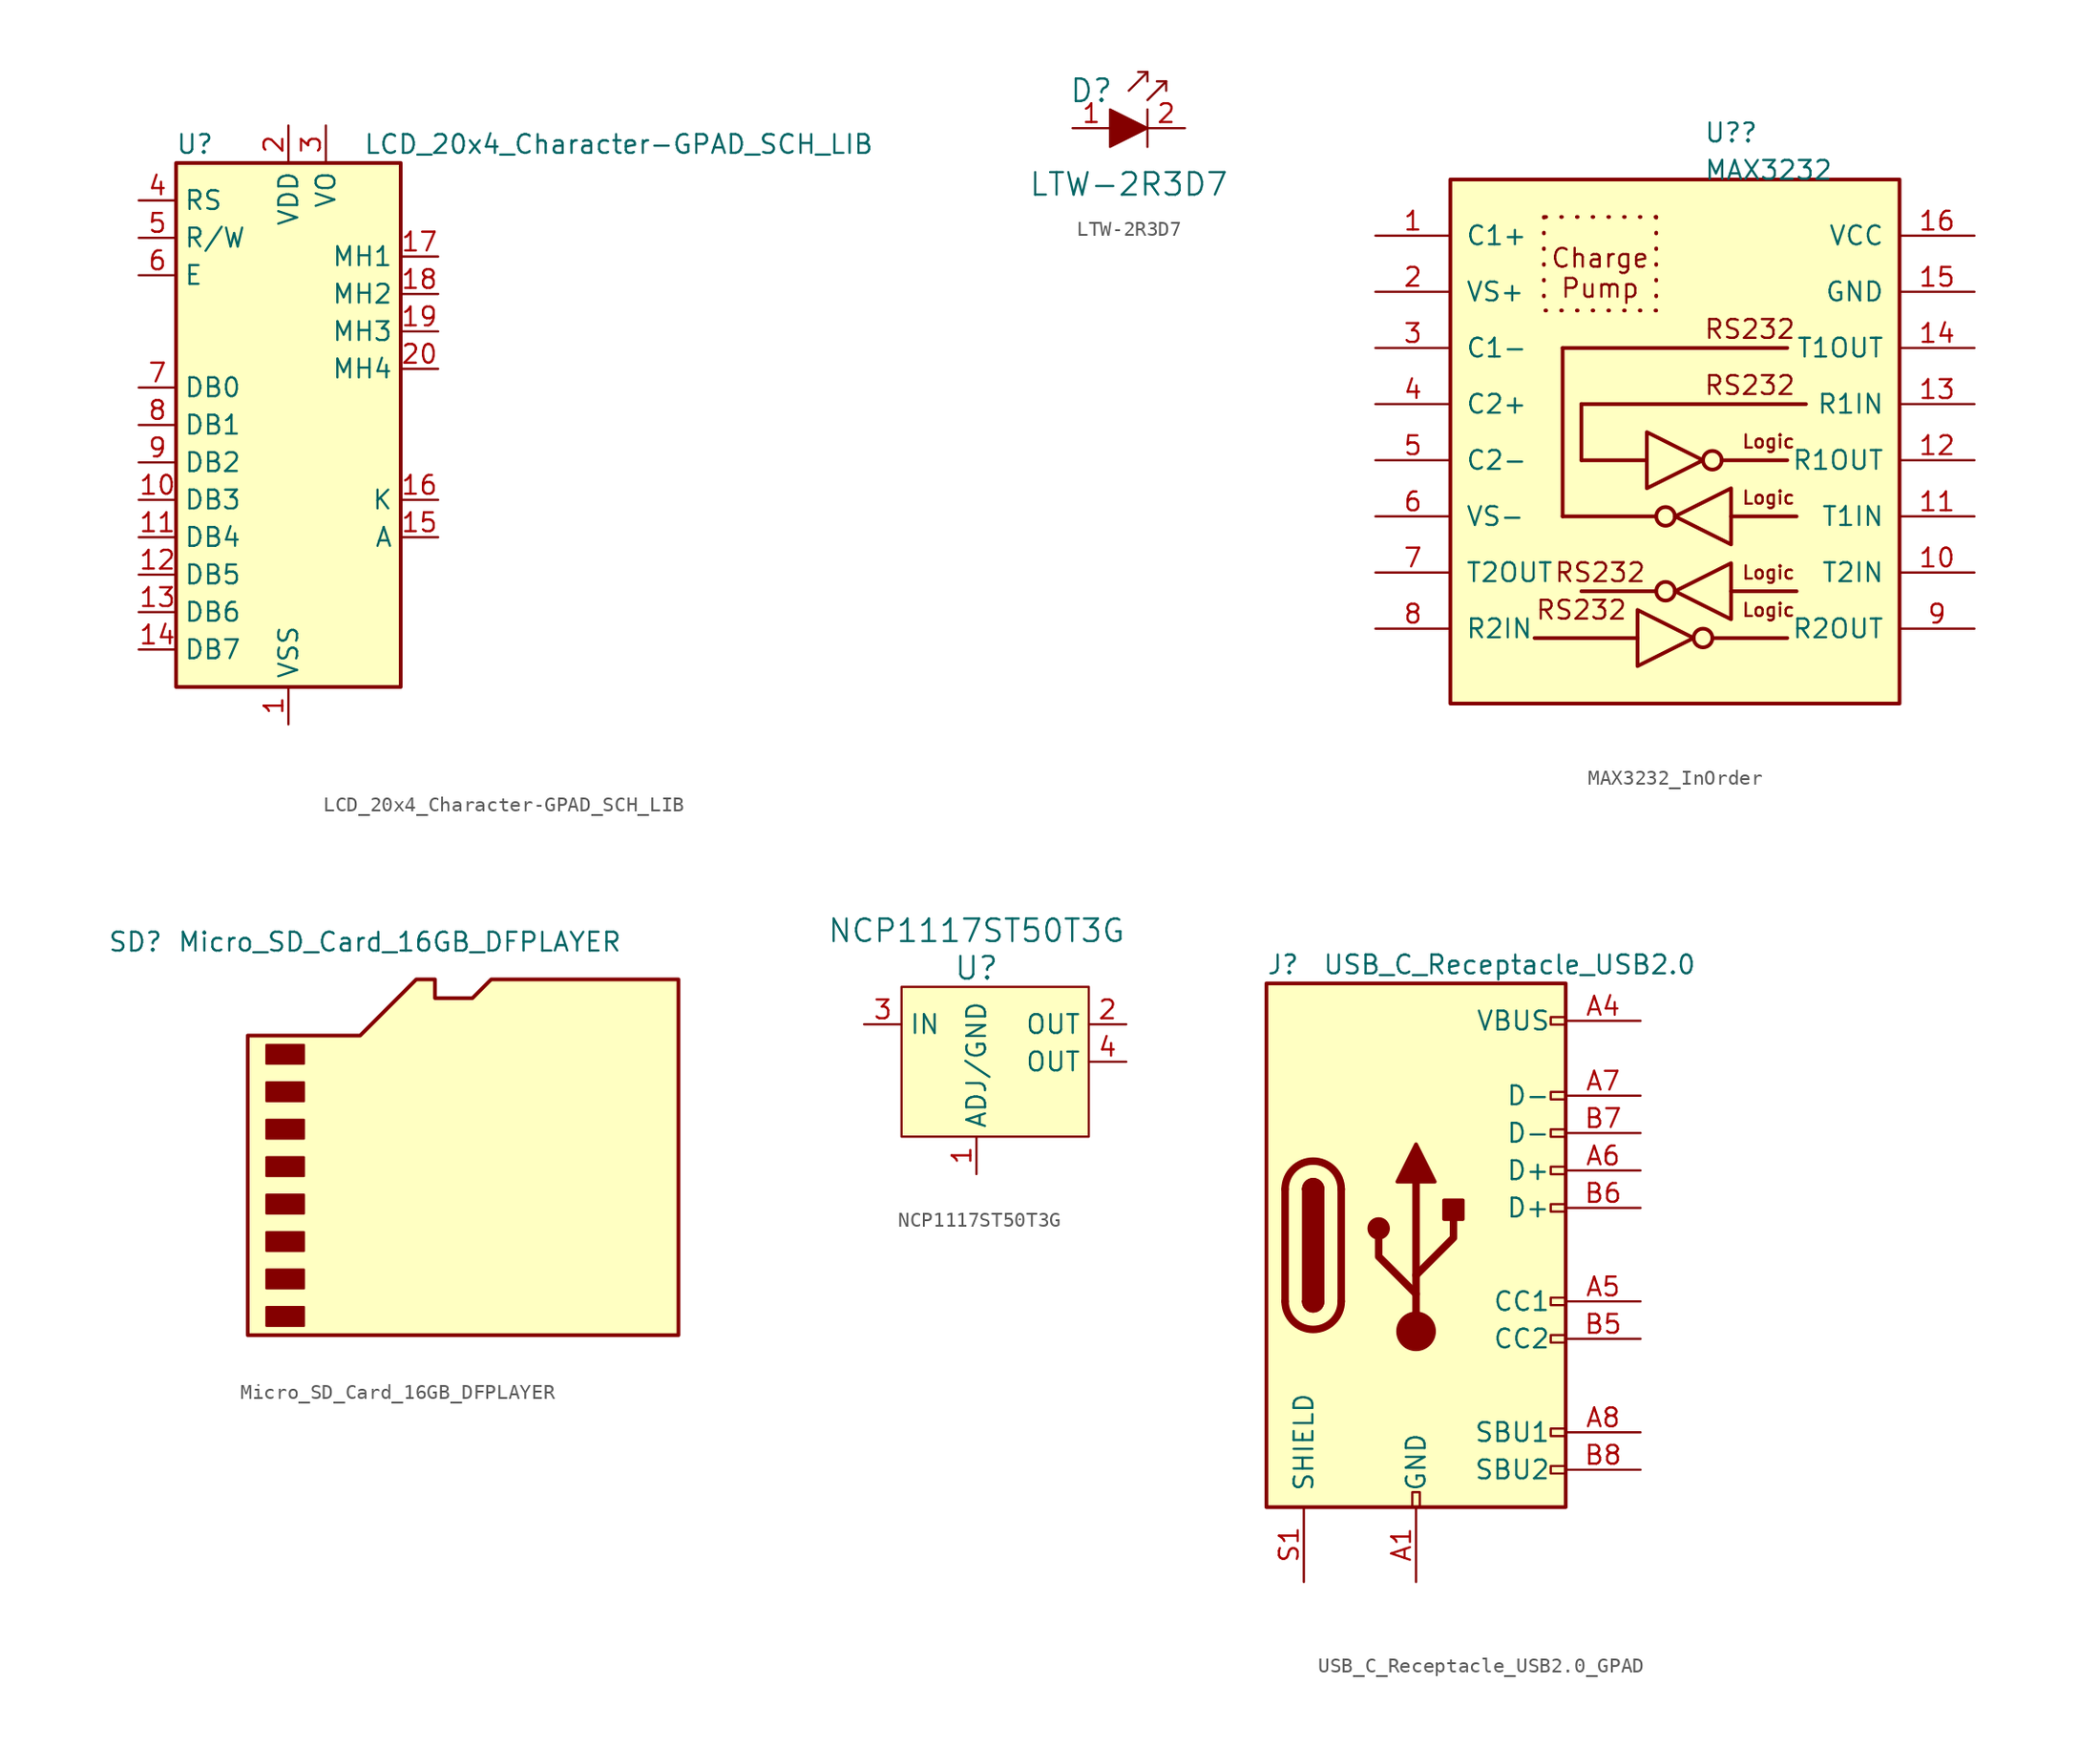
<source format=kicad_sym>
(kicad_symbol_lib
  (version 20220914)
  (generator kicad_symbol_editor)
  (symbol "LCD_20x4_Character-GPAD_SCH_LIB"
    (property "Reference" "U"
      (at -6.35 19.05 0)
      (effects (font (size 1.27 1.27))))
    (property "Value" "LCD_20x4_Character-GPAD_SCH_LIB"
      (at 5.08 19.05 0)
      (effects (font (size 1.27 1.27)) (justify left)))
    (symbol "LCD_20x4_Character-GPAD_SCH_LIB_0_1"
      (rectangle (start -7.62 17.78) (end 7.62 -17.78) (stroke (width 0.254) (type default)) (fill (type background))))
    (symbol "LCD_20x4_Character-GPAD_SCH_LIB_1_1"
      (pin power_in line (at 0 -20.32 90) (length 2.54) (name "VSS" (effects (font (size 1.27 1.27)))) (number "1" (effects (font (size 1.27 1.27)))))
      (pin input line (at -10.16 -5.08 0) (length 2.54) (name "DB3" (effects (font (size 1.27 1.27)))) (number "10" (effects (font (size 1.27 1.27)))))
      (pin bidirectional line (at -10.16 -7.62 0) (length 2.54) (name "DB4" (effects (font (size 1.27 1.27)))) (number "11" (effects (font (size 1.27 1.27)))))
      (pin bidirectional line (at -10.16 -10.16 0) (length 2.54) (name "DB5" (effects (font (size 1.27 1.27)))) (number "12" (effects (font (size 1.27 1.27)))))
      (pin bidirectional line (at -10.16 -12.7 0) (length 2.54) (name "DB6" (effects (font (size 1.27 1.27)))) (number "13" (effects (font (size 1.27 1.27)))))
      (pin bidirectional line (at -10.16 -15.24 0) (length 2.54) (name "DB7" (effects (font (size 1.27 1.27)))) (number "14" (effects (font (size 1.27 1.27)))))
      (pin passive line (at 10.16 -7.62 180) (length 2.54) (name "A" (effects (font (size 1.27 1.27)))) (number "15" (effects (font (size 1.27 1.27)))))
      (pin passive line (at 10.16 -5.08 180) (length 2.54) (name "K" (effects (font (size 1.27 1.27)))) (number "16" (effects (font (size 1.27 1.27)))))
      (pin power_in line (at 10.16 11.43 180) (length 2.54) (name "MH1" (effects (font (size 1.27 1.27)))) (number "17" (effects (font (size 1.27 1.27)))))
      (pin power_in line (at 10.16 8.89 180) (length 2.54) (name "MH2" (effects (font (size 1.27 1.27)))) (number "18" (effects (font (size 1.27 1.27)))))
      (pin power_in line (at 10.16 6.35 180) (length 2.54) (name "MH3" (effects (font (size 1.27 1.27)))) (number "19" (effects (font (size 1.27 1.27)))))
      (pin power_in line (at 0 20.32 270) (length 2.54) (name "VDD" (effects (font (size 1.27 1.27)))) (number "2" (effects (font (size 1.27 1.27)))))
      (pin power_in line (at 10.16 3.81 180) (length 2.54) (name "MH4" (effects (font (size 1.27 1.27)))) (number "20" (effects (font (size 1.27 1.27)))))
      (pin power_in line (at 2.54 20.32 270) (length 2.54) (name "VO" (effects (font (size 1.27 1.27)))) (number "3" (effects (font (size 1.27 1.27)))))
      (pin input line (at -10.16 15.24 0) (length 2.54) (name "RS" (effects (font (size 1.27 1.27)))) (number "4" (effects (font (size 1.27 1.27)))))
      (pin input line (at -10.16 12.7 0) (length 2.54) (name "R/W" (effects (font (size 1.27 1.27)))) (number "5" (effects (font (size 1.27 1.27)))))
      (pin input line (at -10.16 10.16 0) (length 2.54) (name "E" (effects (font (size 1.27 1.27)))) (number "6" (effects (font (size 1.27 1.27)))))
      (pin input line (at -10.16 2.54 0) (length 2.54) (name "DB0" (effects (font (size 1.27 1.27)))) (number "7" (effects (font (size 1.27 1.27)))))
      (pin input line (at -10.16 0 0) (length 2.54) (name "DB1" (effects (font (size 1.27 1.27)))) (number "8" (effects (font (size 1.27 1.27)))))
      (pin input line (at -10.16 -2.54 0) (length 2.54) (name "DB2" (effects (font (size 1.27 1.27)))) (number "9" (effects (font (size 1.27 1.27)))))))
  (symbol "LTW-2R3D7"
    (pin_names
      (offset 0))
    (property "Reference" "D"
      (at -3.81 2.54 0)
      (effects (font (size 1.524 1.524))))
    (property "Value" "LTW-2R3D7"
      (at -1.27 -3.81 0)
      (effects (font (size 1.524 1.524))))
    (symbol "LTW-2R3D7_0_1"
      (polyline (pts (xy 0 1.27) (xy 0 -1.27)) (stroke (width 0) (type default)) (fill (type none)))
      (polyline (pts (xy 0 3.81) (xy -1.27 2.54)) (stroke (width 0) (type default)) (fill (type none)))
      (polyline (pts (xy 1.27 3.175) (xy 0 1.905)) (stroke (width 0) (type default)) (fill (type none)))
      (polyline (pts (xy -0.635 3.81) (xy 0 3.81) (xy 0 3.175)) (stroke (width 0) (type default)) (fill (type none)))
      (polyline (pts (xy 0.635 3.175) (xy 1.27 3.175) (xy 1.27 2.54)) (stroke (width 0) (type default)) (fill (type none)))
      (polyline (pts (xy -2.54 1.27) (xy -2.54 -1.27) (xy 0 0) (xy -2.54 1.27)) (stroke (width 0) (type default)) (fill (type outline))))
    (symbol "LTW-2R3D7_1_1"
      (pin passive line (at -5.08 0 0) (length 2.54) (name "~" (effects (font (size 1.27 1.27)))) (number "1" (effects (font (size 1.27 1.27)))))
      (pin passive line (at 2.54 0 180) (length 2.54) (name "~" (effects (font (size 1.27 1.27)))) (number "2" (effects (font (size 1.27 1.27)))))))
  (symbol "MAX3232_InOrder"
    (pin_names
      (offset 1.016))
    (property "Reference" "U?"
      (at 1.956 29.845 0)
      (effects (font (size 1.27 1.27)) (justify left)))
    (property "Value" "MAX3232"
      (at 1.956 27.305 0)
      (effects (font (size 1.27 1.27)) (justify left)))
    (symbol "MAX3232_InOrder_0_0"
      (text "RS232" (at -6.35 -2.54 0) (effects (font (size 1.27 1.27))))
      (text "RS232" (at -5.08 0 0) (effects (font (size 1.27 1.27))))
      (text "RS232" (at 5.08 12.7 0) (effects (font (size 1.27 1.27))))
      (text "RS232" (at 5.08 16.51 0) (effects (font (size 1.27 1.27)))))
    (symbol "MAX3232_InOrder_0_1"
      (rectangle (start -15.24 26.67) (end 15.24 -8.89) (stroke (width 0.254) (type default)) (fill (type background)))
      (circle (center -0.635 -1.27) (radius 0.635) (stroke (width 0.254) (type default)) (fill (type none)))
      (circle (center -0.635 3.81) (radius 0.635) (stroke (width 0.254) (type default)) (fill (type none)))
      (polyline (pts (xy -7.62 15.24) (xy -7.62 3.81)) (stroke (width 0.254) (type default)) (fill (type none)))
      (polyline (pts (xy -6.35 11.43) (xy -6.35 7.62)) (stroke (width 0.254) (type default)) (fill (type none)))
      (polyline (pts (xy -2.54 -4.445) (xy -9.525 -4.445)) (stroke (width 0.254) (type default)) (fill (type none)))
      (polyline (pts (xy -1.905 7.62) (xy -6.35 7.62)) (stroke (width 0.254) (type default)) (fill (type none)))
      (polyline (pts (xy -1.27 -1.27) (xy -6.35 -1.27)) (stroke (width 0.254) (type default)) (fill (type none)))
      (polyline (pts (xy -1.27 3.81) (xy -7.62 3.81)) (stroke (width 0.254) (type default)) (fill (type none)))
      (polyline (pts (xy 2.54 -4.445) (xy 7.62 -4.445)) (stroke (width 0.254) (type default)) (fill (type none)))
      (polyline (pts (xy 3.175 7.62) (xy 7.62 7.62)) (stroke (width 0.254) (type default)) (fill (type none)))
      (polyline (pts (xy 3.81 -1.27) (xy 8.255 -1.27)) (stroke (width 0.254) (type default)) (fill (type none)))
      (polyline (pts (xy 3.81 3.81) (xy 8.255 3.81)) (stroke (width 0.254) (type default)) (fill (type none)))
      (polyline (pts (xy 7.62 15.24) (xy -7.62 15.24)) (stroke (width 0.254) (type default)) (fill (type none)))
      (polyline (pts (xy 8.89 11.43) (xy -6.35 11.43)) (stroke (width 0.254) (type default)) (fill (type none)))
      (polyline (pts (xy -2.54 -6.35) (xy -2.54 -2.54) (xy 1.27 -4.445) (xy -2.54 -6.35)) (stroke (width 0.254) (type default)) (fill (type none)))
      (polyline (pts (xy -1.905 5.715) (xy -1.905 9.525) (xy 1.905 7.62) (xy -1.905 5.715)) (stroke (width 0.254) (type default)) (fill (type none)))
      (polyline (pts (xy 3.81 -3.175) (xy 3.81 0.635) (xy 0 -1.27) (xy 3.81 -3.175)) (stroke (width 0.254) (type default)) (fill (type none)))
      (polyline (pts (xy 3.81 1.905) (xy 3.81 5.715) (xy 0 3.81) (xy 3.81 1.905)) (stroke (width 0.254) (type default)) (fill (type none)))
      (circle (center 1.905 -4.445) (radius 0.635) (stroke (width 0.254) (type default)) (fill (type none)))
      (circle (center 2.54 7.62) (radius 0.635) (stroke (width 0.254) (type default)) (fill (type none))))
    (symbol "MAX3232_InOrder_1_0"
      (text "Charge\nPump" (at -5.08 20.32 0) (effects (font (size 1.27 1.27))))
      (text "Logic" (at 6.35 -2.54 0) (effects (font (size 0.889 0.889))))
      (text "Logic" (at 6.35 0 0) (effects (font (size 0.889 0.889))))
      (text "Logic" (at 6.35 5.08 0) (effects (font (size 0.889 0.889))))
      (text "Logic" (at 6.35 8.89 0) (effects (font (size 0.889 0.889)))))
    (symbol "MAX3232_InOrder_1_1"
      (polyline (pts (xy -8.89 24.13) (xy -8.89 17.78)) (stroke (width 0.254) (type dot)) (fill (type none)))
      (polyline (pts (xy -1.27 17.78) (xy -8.89 17.78)) (stroke (width 0.254) (type dot)) (fill (type none)))
      (polyline (pts (xy -1.27 24.13) (xy -8.89 24.13)) (stroke (width 0.254) (type dot)) (fill (type none)))
      (polyline (pts (xy -1.27 24.13) (xy -1.27 17.78)) (stroke (width 0.254) (type dot)) (fill (type none)))
      (pin passive line (at -20.32 22.86 0) (length 5.08) (name "C1+" (effects (font (size 1.27 1.27)))) (number "1" (effects (font (size 1.27 1.27)))))
      (pin input line (at 20.32 0 180) (length 5.08) (name "T2IN" (effects (font (size 1.27 1.27)))) (number "10" (effects (font (size 1.27 1.27)))))
      (pin input line (at 20.32 3.81 180) (length 5.08) (name "T1IN" (effects (font (size 1.27 1.27)))) (number "11" (effects (font (size 1.27 1.27)))))
      (pin output line (at 20.32 7.62 180) (length 5.08) (name "R1OUT" (effects (font (size 1.27 1.27)))) (number "12" (effects (font (size 1.27 1.27)))))
      (pin input line (at 20.32 11.43 180) (length 5.08) (name "R1IN" (effects (font (size 1.27 1.27)))) (number "13" (effects (font (size 1.27 1.27)))))
      (pin output line (at 20.32 15.24 180) (length 5.08) (name "T1OUT" (effects (font (size 1.27 1.27)))) (number "14" (effects (font (size 1.27 1.27)))))
      (pin power_in line (at 20.32 19.05 180) (length 5.08) (name "GND" (effects (font (size 1.27 1.27)))) (number "15" (effects (font (size 1.27 1.27)))))
      (pin power_in line (at 20.32 22.86 180) (length 5.08) (name "VCC" (effects (font (size 1.27 1.27)))) (number "16" (effects (font (size 1.27 1.27)))))
      (pin power_out line (at -20.32 19.05 0) (length 5.08) (name "VS+" (effects (font (size 1.27 1.27)))) (number "2" (effects (font (size 1.27 1.27)))))
      (pin passive line (at -20.32 15.24 0) (length 5.08) (name "C1-" (effects (font (size 1.27 1.27)))) (number "3" (effects (font (size 1.27 1.27)))))
      (pin passive line (at -20.32 11.43 0) (length 5.08) (name "C2+" (effects (font (size 1.27 1.27)))) (number "4" (effects (font (size 1.27 1.27)))))
      (pin passive line (at -20.32 7.62 0) (length 5.08) (name "C2-" (effects (font (size 1.27 1.27)))) (number "5" (effects (font (size 1.27 1.27)))))
      (pin power_out line (at -20.32 3.81 0) (length 5.08) (name "VS-" (effects (font (size 1.27 1.27)))) (number "6" (effects (font (size 1.27 1.27)))))
      (pin output line (at -20.32 0 0) (length 5.08) (name "T2OUT" (effects (font (size 1.27 1.27)))) (number "7" (effects (font (size 1.27 1.27)))))
      (pin input line (at -20.32 -3.81 0) (length 5.08) (name "R2IN" (effects (font (size 1.27 1.27)))) (number "8" (effects (font (size 1.27 1.27)))))
      (pin output line (at 20.32 -3.81 180) (length 5.08) (name "R2OUT" (effects (font (size 1.27 1.27)))) (number "9" (effects (font (size 1.27 1.27)))))))
  (symbol "Micro_SD_Card_16GB_DFPLAYER"
    (pin_names
      (offset 1.016))
    (property "Reference" "SD"
      (at -16.51 15.24 0)
      (effects (font (size 1.27 1.27))))
    (property "Value" "Micro_SD_Card_16GB_DFPLAYER"
      (at 16.51 15.24 0)
      (effects (font (size 1.27 1.27)) (justify right)))
    (symbol "Micro_SD_Card_16GB_DFPLAYER_0_1"
      (rectangle (start -7.62 -9.525) (end -5.08 -10.795) (stroke (width 0) (type default)) (fill (type outline)))
      (rectangle (start -7.62 -6.985) (end -5.08 -8.255) (stroke (width 0) (type default)) (fill (type outline)))
      (rectangle (start -7.62 -4.445) (end -5.08 -5.715) (stroke (width 0) (type default)) (fill (type outline)))
      (rectangle (start -7.62 -1.905) (end -5.08 -3.175) (stroke (width 0) (type default)) (fill (type outline)))
      (rectangle (start -7.62 0.635) (end -5.08 -0.635) (stroke (width 0) (type default)) (fill (type outline)))
      (rectangle (start -7.62 3.175) (end -5.08 1.905) (stroke (width 0) (type default)) (fill (type outline)))
      (rectangle (start -7.62 5.715) (end -5.08 4.445) (stroke (width 0) (type default)) (fill (type outline)))
      (rectangle (start -7.62 8.255) (end -5.08 6.985) (stroke (width 0) (type default)) (fill (type outline)))
      (polyline (pts (xy -8.89 -11.43) (xy -8.89 8.89) (xy -1.27 8.89) (xy 2.54 12.7) (xy 3.81 12.7) (xy 3.81 11.43) (xy 6.35 11.43) (xy 7.62 12.7) (xy 20.32 12.7) (xy 20.32 -11.43) (xy -8.89 -11.43)) (stroke (width 0.254) (type default)) (fill (type background)))))
  (symbol "NCP1117ST50T3G"
    (property "Reference" "U"
      (at 0 3.81 0)
      (effects (font (size 1.524 1.524))))
    (property "Value" "NCP1117ST50T3G"
      (at 0 6.35 0)
      (effects (font (size 1.524 1.524))))
    (symbol "NCP1117ST50T3G_0_1"
      (rectangle (start -5.08 2.54) (end 7.62 -7.62) (stroke (width 0) (type default)) (fill (type background))))
    (symbol "NCP1117ST50T3G_1_1"
      (pin power_in line (at 0 -10.16 90) (length 2.54) (name "ADJ/GND" (effects (font (size 1.27 1.27)))) (number "1" (effects (font (size 1.27 1.27)))))
      (pin passive line (at 10.16 0 180) (length 2.54) (name "OUT" (effects (font (size 1.27 1.27)))) (number "2" (effects (font (size 1.27 1.27)))))
      (pin power_in line (at -7.62 0 0) (length 2.54) (name "IN" (effects (font (size 1.27 1.27)))) (number "3" (effects (font (size 1.27 1.27)))))
      (pin power_out line (at 10.16 -2.54 180) (length 2.54) (name "OUT" (effects (font (size 1.27 1.27)))) (number "4" (effects (font (size 1.27 1.27)))))))
  (symbol "USB_C_Receptacle_USB2.0_GPAD"
    (pin_names
      (offset 1.016))
    (property "Reference" "J"
      (at -10.16 19.05 0)
      (effects (font (size 1.27 1.27)) (justify left)))
    (property "Value" "USB_C_Receptacle_USB2.0"
      (at 19.05 19.05 0)
      (effects (font (size 1.27 1.27)) (justify right)))
    (symbol "USB_C_Receptacle_USB2.0_GPAD_0_0"
      (rectangle (start -0.254 -17.78) (end 0.254 -16.764) (stroke (width 0) (type default)) (fill (type none)))
      (rectangle (start 10.16 -14.986) (end 9.144 -15.494) (stroke (width 0) (type default)) (fill (type none)))
      (rectangle (start 10.16 -12.446) (end 9.144 -12.954) (stroke (width 0) (type default)) (fill (type none)))
      (rectangle (start 10.16 -6.096) (end 9.144 -6.604) (stroke (width 0) (type default)) (fill (type none)))
      (rectangle (start 10.16 -3.556) (end 9.144 -4.064) (stroke (width 0) (type default)) (fill (type none)))
      (rectangle (start 10.16 2.794) (end 9.144 2.286) (stroke (width 0) (type default)) (fill (type none)))
      (rectangle (start 10.16 5.334) (end 9.144 4.826) (stroke (width 0) (type default)) (fill (type none)))
      (rectangle (start 10.16 7.874) (end 9.144 7.366) (stroke (width 0) (type default)) (fill (type none)))
      (rectangle (start 10.16 10.414) (end 9.144 9.906) (stroke (width 0) (type default)) (fill (type none)))
      (rectangle (start 10.16 15.494) (end 9.144 14.986) (stroke (width 0) (type default)) (fill (type none))))
    (symbol "USB_C_Receptacle_USB2.0_GPAD_0_1"
      (rectangle (start -10.16 17.78) (end 10.16 -17.78) (stroke (width 0.254) (type default)) (fill (type background)))
      (arc (start -8.89 -3.81) (mid -6.985 -5.7067) (end -5.08 -3.81) (stroke (width 0.508) (type default)) (fill (type none)))
      (arc (start -7.62 -3.81) (mid -6.985 -4.4423) (end -6.35 -3.81) (stroke (width 0.254) (type default)) (fill (type none)))
      (arc (start -7.62 -3.81) (mid -6.985 -4.4423) (end -6.35 -3.81) (stroke (width 0.254) (type default)) (fill (type outline)))
      (rectangle (start -7.62 -3.81) (end -6.35 3.81) (stroke (width 0.254) (type default)) (fill (type outline)))
      (arc (start -6.35 3.81) (mid -6.985 4.4423) (end -7.62 3.81) (stroke (width 0.254) (type default)) (fill (type none)))
      (arc (start -6.35 3.81) (mid -6.985 4.4423) (end -7.62 3.81) (stroke (width 0.254) (type default)) (fill (type outline)))
      (arc (start -5.08 3.81) (mid -6.985 5.7067) (end -8.89 3.81) (stroke (width 0.508) (type default)) (fill (type none)))
      (circle (center -2.54 1.143) (radius 0.635) (stroke (width 0.254) (type default)) (fill (type outline)))
      (circle (center 0 -5.842) (radius 1.27) (stroke (width 0) (type default)) (fill (type outline)))
      (polyline (pts (xy -8.89 -3.81) (xy -8.89 3.81)) (stroke (width 0.508) (type default)) (fill (type none)))
      (polyline (pts (xy -5.08 3.81) (xy -5.08 -3.81)) (stroke (width 0.508) (type default)) (fill (type none)))
      (polyline (pts (xy 0 -5.842) (xy 0 4.318)) (stroke (width 0.508) (type default)) (fill (type none)))
      (polyline (pts (xy 0 -3.302) (xy -2.54 -0.762) (xy -2.54 0.508)) (stroke (width 0.508) (type default)) (fill (type none)))
      (polyline (pts (xy 0 -2.032) (xy 2.54 0.508) (xy 2.54 1.778)) (stroke (width 0.508) (type default)) (fill (type none)))
      (polyline (pts (xy -1.27 4.318) (xy 0 6.858) (xy 1.27 4.318) (xy -1.27 4.318)) (stroke (width 0.254) (type default)) (fill (type outline)))
      (rectangle (start 1.905 1.778) (end 3.175 3.048) (stroke (width 0.254) (type default)) (fill (type outline))))
    (symbol "USB_C_Receptacle_USB2.0_GPAD_1_1"
      (pin passive line (at 0 -22.86 90) (length 5.08) (name "GND" (effects (font (size 1.27 1.27)))) (number "A1" (effects (font (size 1.27 1.27)))))
      (pin passive line (at 0 -22.86 90) (length 5.08) hide (name "GND" (effects (font (size 1.27 1.27)))) (number "A12" (effects (font (size 1.27 1.27)))))
      (pin passive line (at 15.24 15.24 180) (length 5.08) (name "VBUS" (effects (font (size 1.27 1.27)))) (number "A4" (effects (font (size 1.27 1.27)))))
      (pin bidirectional line (at 15.24 -3.81 180) (length 5.08) (name "CC1" (effects (font (size 1.27 1.27)))) (number "A5" (effects (font (size 1.27 1.27)))))
      (pin bidirectional line (at 15.24 5.08 180) (length 5.08) (name "D+" (effects (font (size 1.27 1.27)))) (number "A6" (effects (font (size 1.27 1.27)))))
      (pin bidirectional line (at 15.24 10.16 180) (length 5.08) (name "D-" (effects (font (size 1.27 1.27)))) (number "A7" (effects (font (size 1.27 1.27)))))
      (pin bidirectional line (at 15.24 -12.7 180) (length 5.08) (name "SBU1" (effects (font (size 1.27 1.27)))) (number "A8" (effects (font (size 1.27 1.27)))))
      (pin passive line (at 15.24 15.24 180) (length 5.08) hide (name "VBUS" (effects (font (size 1.27 1.27)))) (number "A9" (effects (font (size 1.27 1.27)))))
      (pin passive line (at 0 -22.86 90) (length 5.08) hide (name "GND" (effects (font (size 1.27 1.27)))) (number "B1" (effects (font (size 1.27 1.27)))))
      (pin passive line (at 0 -22.86 90) (length 5.08) hide (name "GND" (effects (font (size 1.27 1.27)))) (number "B12" (effects (font (size 1.27 1.27)))))
      (pin passive line (at 15.24 15.24 180) (length 5.08) hide (name "VBUS" (effects (font (size 1.27 1.27)))) (number "B4" (effects (font (size 1.27 1.27)))))
      (pin bidirectional line (at 15.24 -6.35 180) (length 5.08) (name "CC2" (effects (font (size 1.27 1.27)))) (number "B5" (effects (font (size 1.27 1.27)))))
      (pin bidirectional line (at 15.24 2.54 180) (length 5.08) (name "D+" (effects (font (size 1.27 1.27)))) (number "B6" (effects (font (size 1.27 1.27)))))
      (pin bidirectional line (at 15.24 7.62 180) (length 5.08) (name "D-" (effects (font (size 1.27 1.27)))) (number "B7" (effects (font (size 1.27 1.27)))))
      (pin bidirectional line (at 15.24 -15.24 180) (length 5.08) (name "SBU2" (effects (font (size 1.27 1.27)))) (number "B8" (effects (font (size 1.27 1.27)))))
      (pin passive line (at 15.24 15.24 180) (length 5.08) hide (name "VBUS" (effects (font (size 1.27 1.27)))) (number "B9" (effects (font (size 1.27 1.27)))))
      (pin passive line (at -7.62 -22.86 90) (length 5.08) (name "SHIELD" (effects (font (size 1.27 1.27)))) (number "S1" (effects (font (size 1.27 1.27))))))))
</source>
